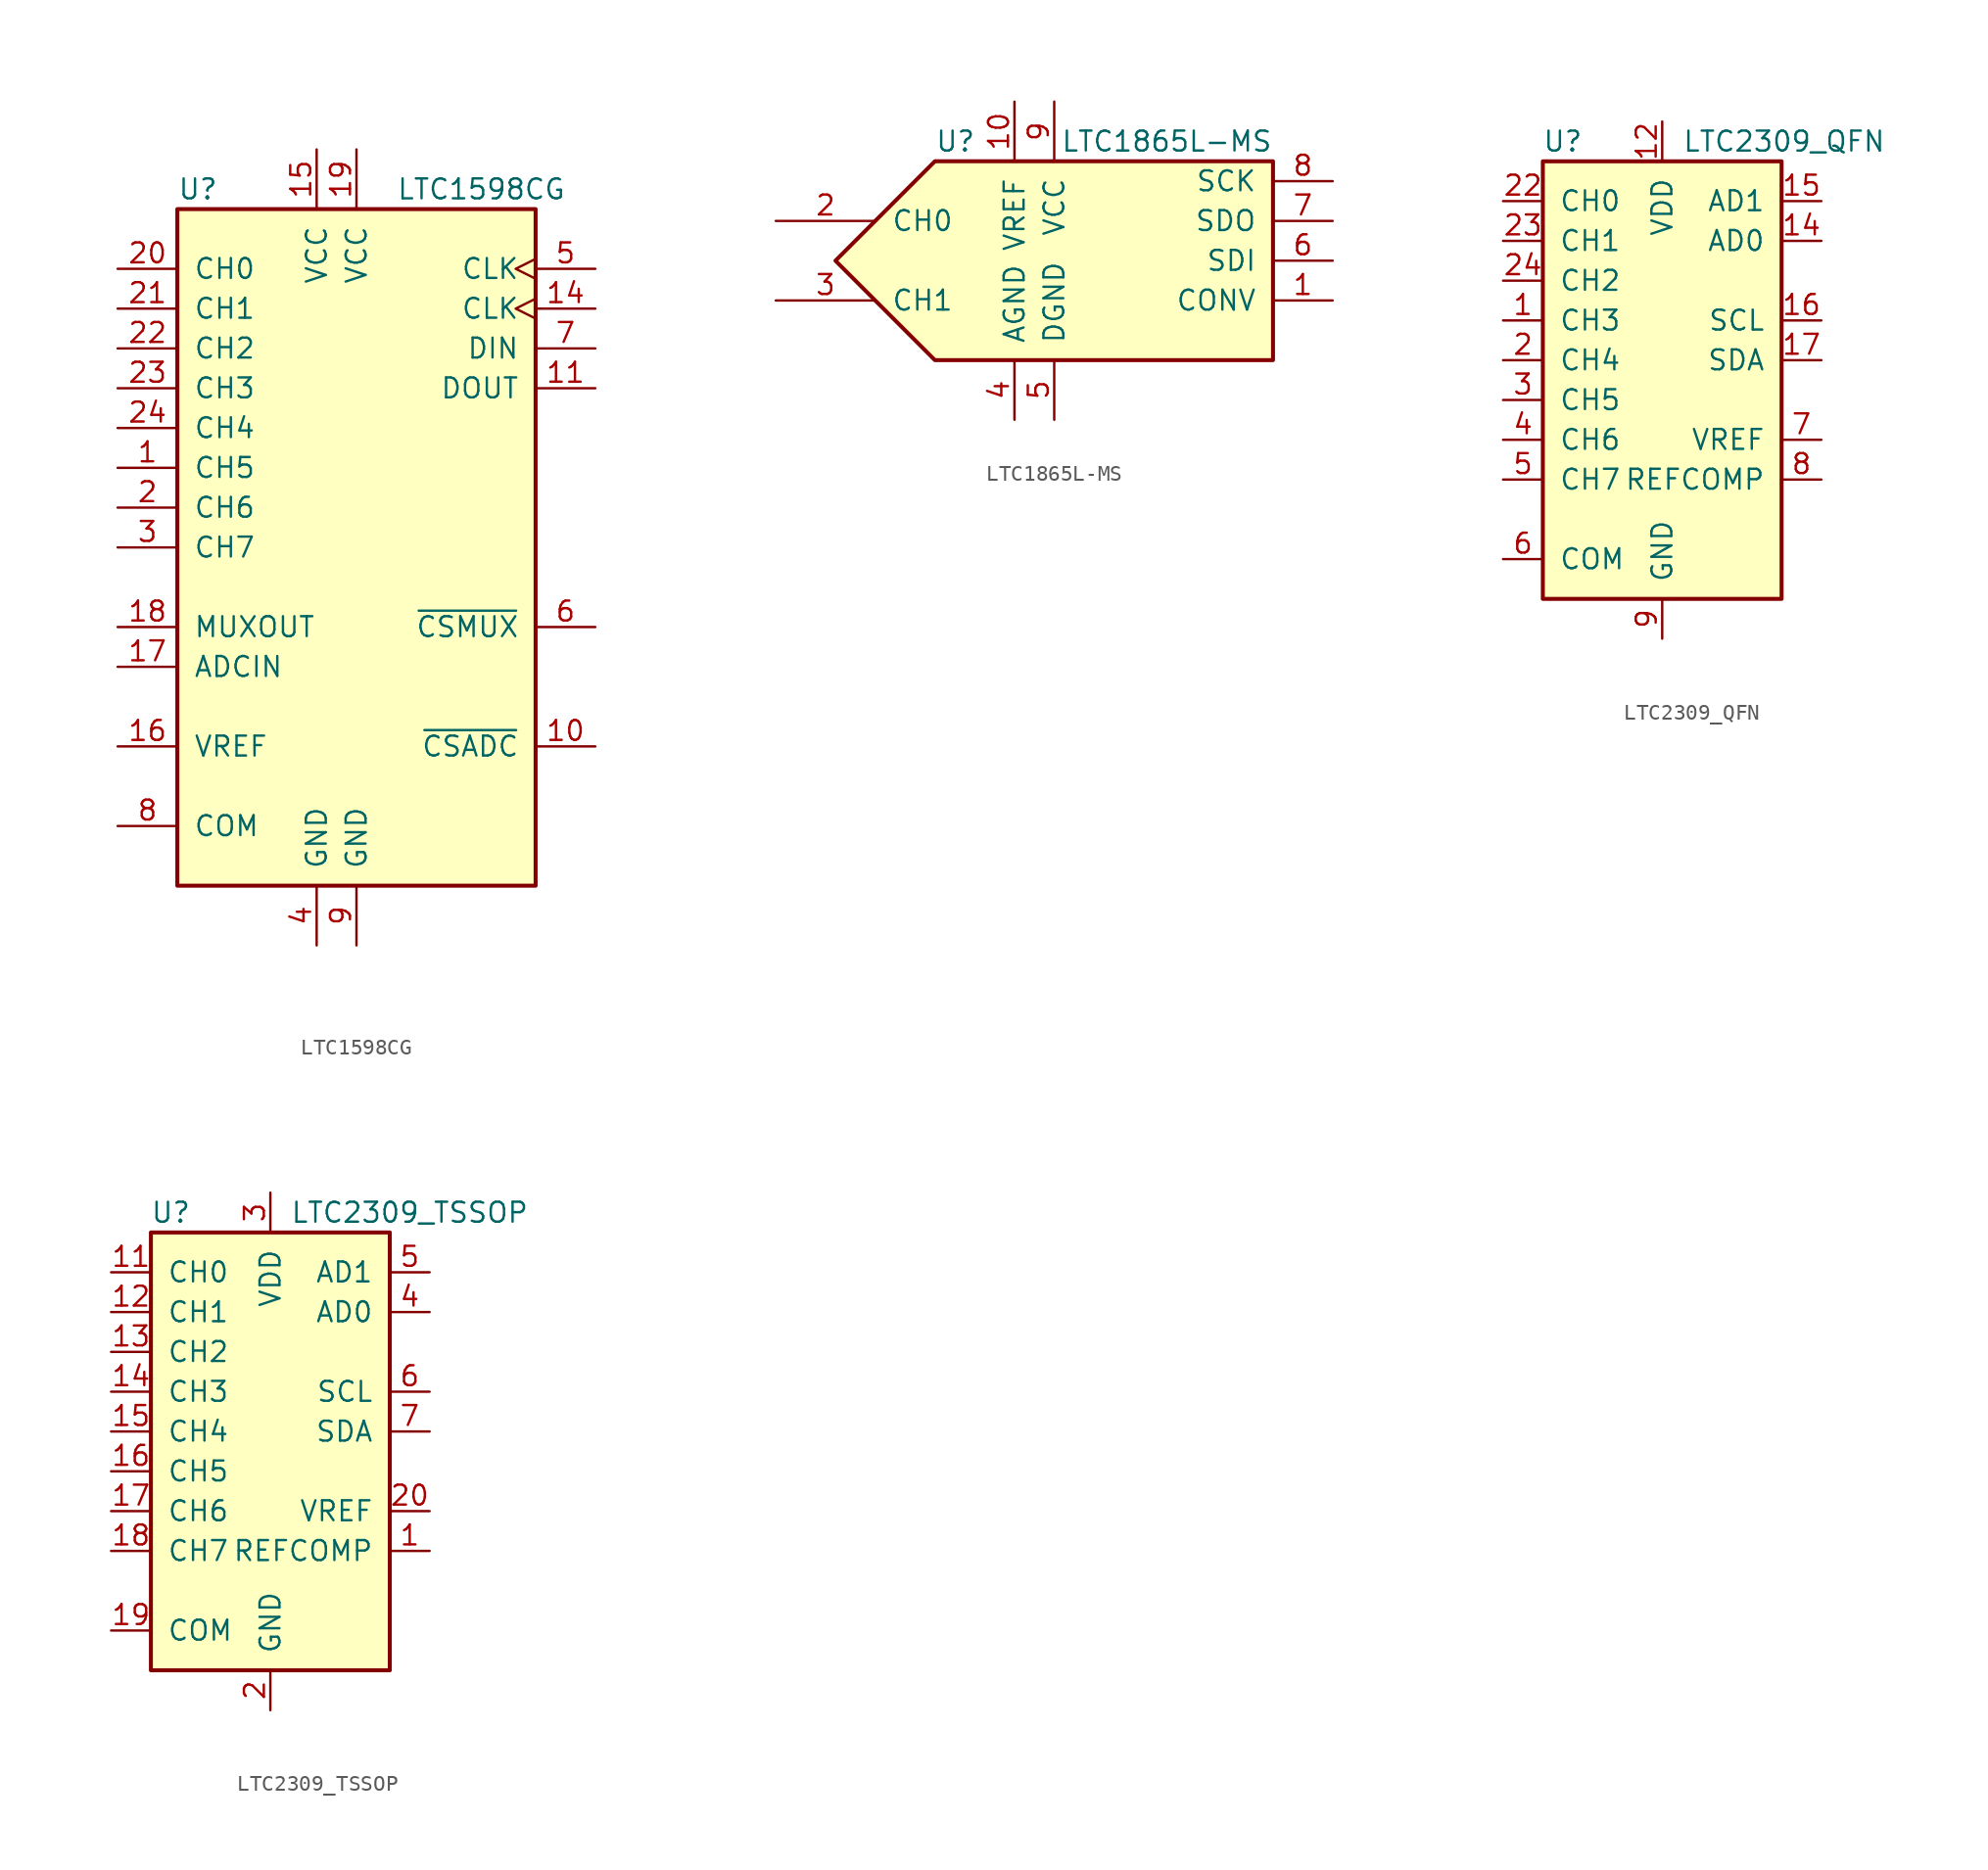
<source format=kicad_sym>
(kicad_symbol_lib
  (version 20211014)
  (generator kicad_symbol_editor)
  (symbol "LTC1598CG"
    (pin_names
      (offset 1.016))
    (property "Reference" "U"
      (at -11.43 22.86 0)
      (effects (font (size 1.27 1.27)) (justify left)))
    (property "Value" "LTC1598CG"
      (at 2.54 22.86 0)
      (effects (font (size 1.27 1.27)) (justify left)))
    (symbol "LTC1598CG_0_1"
      (rectangle (start -11.43 21.59) (end 11.43 -21.59) (stroke (width 0.254) (type default) (color 0 0 0 0)) (fill (type background))))
    (symbol "LTC1598CG_1_1"
      (pin input line (at -15.24 5.08 0) (length 3.81) (name "CH5" (effects (font (size 1.27 1.27)))) (number "1" (effects (font (size 1.27 1.27)))))
      (pin input line (at 15.24 -12.7 180) (length 3.81) (name "~{CSADC}" (effects (font (size 1.27 1.27)))) (number "10" (effects (font (size 1.27 1.27)))))
      (pin output line (at 15.24 10.16 180) (length 3.81) (name "DOUT" (effects (font (size 1.27 1.27)))) (number "11" (effects (font (size 1.27 1.27)))))
      (pin no_connect line (at 2.54 -25.4 90) (length 3.81) hide (name "NC" (effects (font (size 1.27 1.27)))) (number "12" (effects (font (size 1.27 1.27)))))
      (pin no_connect line (at 5.08 -25.4 90) (length 3.81) hide (name "NC" (effects (font (size 1.27 1.27)))) (number "13" (effects (font (size 1.27 1.27)))))
      (pin input clock (at 15.24 15.24 180) (length 3.81) (name "CLK" (effects (font (size 1.27 1.27)))) (number "14" (effects (font (size 1.27 1.27)))))
      (pin power_in line (at -2.54 25.4 270) (length 3.81) (name "VCC" (effects (font (size 1.27 1.27)))) (number "15" (effects (font (size 1.27 1.27)))))
      (pin input line (at -15.24 -12.7 0) (length 3.81) (name "VREF" (effects (font (size 1.27 1.27)))) (number "16" (effects (font (size 1.27 1.27)))))
      (pin input line (at -15.24 -7.62 0) (length 3.81) (name "ADCIN" (effects (font (size 1.27 1.27)))) (number "17" (effects (font (size 1.27 1.27)))))
      (pin output line (at -15.24 -5.08 0) (length 3.81) (name "MUXOUT" (effects (font (size 1.27 1.27)))) (number "18" (effects (font (size 1.27 1.27)))))
      (pin power_in line (at 0 25.4 270) (length 3.81) (name "VCC" (effects (font (size 1.27 1.27)))) (number "19" (effects (font (size 1.27 1.27)))))
      (pin input line (at -15.24 2.54 0) (length 3.81) (name "CH6" (effects (font (size 1.27 1.27)))) (number "2" (effects (font (size 1.27 1.27)))))
      (pin input line (at -15.24 17.78 0) (length 3.81) (name "CH0" (effects (font (size 1.27 1.27)))) (number "20" (effects (font (size 1.27 1.27)))))
      (pin input line (at -15.24 15.24 0) (length 3.81) (name "CH1" (effects (font (size 1.27 1.27)))) (number "21" (effects (font (size 1.27 1.27)))))
      (pin input line (at -15.24 12.7 0) (length 3.81) (name "CH2" (effects (font (size 1.27 1.27)))) (number "22" (effects (font (size 1.27 1.27)))))
      (pin input line (at -15.24 10.16 0) (length 3.81) (name "CH3" (effects (font (size 1.27 1.27)))) (number "23" (effects (font (size 1.27 1.27)))))
      (pin input line (at -15.24 7.62 0) (length 3.81) (name "CH4" (effects (font (size 1.27 1.27)))) (number "24" (effects (font (size 1.27 1.27)))))
      (pin input line (at -15.24 0 0) (length 3.81) (name "CH7" (effects (font (size 1.27 1.27)))) (number "3" (effects (font (size 1.27 1.27)))))
      (pin power_in line (at -2.54 -25.4 90) (length 3.81) (name "GND" (effects (font (size 1.27 1.27)))) (number "4" (effects (font (size 1.27 1.27)))))
      (pin input clock (at 15.24 17.78 180) (length 3.81) (name "CLK" (effects (font (size 1.27 1.27)))) (number "5" (effects (font (size 1.27 1.27)))))
      (pin input line (at 15.24 -5.08 180) (length 3.81) (name "~{CSMUX}" (effects (font (size 1.27 1.27)))) (number "6" (effects (font (size 1.27 1.27)))))
      (pin input line (at 15.24 12.7 180) (length 3.81) (name "DIN" (effects (font (size 1.27 1.27)))) (number "7" (effects (font (size 1.27 1.27)))))
      (pin input line (at -15.24 -17.78 0) (length 3.81) (name "COM" (effects (font (size 1.27 1.27)))) (number "8" (effects (font (size 1.27 1.27)))))
      (pin power_in line (at 0 -25.4 90) (length 3.81) (name "GND" (effects (font (size 1.27 1.27)))) (number "9" (effects (font (size 1.27 1.27)))))))
  (symbol "LTC1865L-MS"
    (pin_names
      (offset 1.016))
    (property "Reference" "U"
      (at -10.16 7.62 0)
      (effects (font (size 1.27 1.27)) (justify left)))
    (property "Value" "LTC1865L-MS"
      (at 11.43 7.62 0)
      (effects (font (size 1.27 1.27)) (justify right)))
    (symbol "LTC1865L-MS_0_1"
      (polyline (pts (xy 11.43 6.35) (xy -10.16 6.35) (xy -16.51 0) (xy -10.16 -6.35) (xy 11.43 -6.35) (xy 11.43 6.35)) (stroke (width 0.254) (type default) (color 0 0 0 0)) (fill (type background))))
    (symbol "LTC1865L-MS_1_1"
      (pin input line (at 15.24 -2.54 180) (length 3.81) (name "CONV" (effects (font (size 1.27 1.27)))) (number "1" (effects (font (size 1.27 1.27)))))
      (pin input line (at -5.08 10.16 270) (length 3.81) (name "VREF" (effects (font (size 1.27 1.27)))) (number "10" (effects (font (size 1.27 1.27)))))
      (pin input line (at -20.32 2.54 0) (length 6.35) (name "CH0" (effects (font (size 1.27 1.27)))) (number "2" (effects (font (size 1.27 1.27)))))
      (pin input line (at -20.32 -2.54 0) (length 6.35) (name "CH1" (effects (font (size 1.27 1.27)))) (number "3" (effects (font (size 1.27 1.27)))))
      (pin power_in line (at -5.08 -10.16 90) (length 3.81) (name "AGND" (effects (font (size 1.27 1.27)))) (number "4" (effects (font (size 1.27 1.27)))))
      (pin power_in line (at -2.54 -10.16 90) (length 3.81) (name "DGND" (effects (font (size 1.27 1.27)))) (number "5" (effects (font (size 1.27 1.27)))))
      (pin input line (at 15.24 0 180) (length 3.81) (name "SDI" (effects (font (size 1.27 1.27)))) (number "6" (effects (font (size 1.27 1.27)))))
      (pin output line (at 15.24 2.54 180) (length 3.81) (name "SDO" (effects (font (size 1.27 1.27)))) (number "7" (effects (font (size 1.27 1.27)))))
      (pin input line (at 15.24 5.08 180) (length 3.81) (name "SCK" (effects (font (size 1.27 1.27)))) (number "8" (effects (font (size 1.27 1.27)))))
      (pin power_in line (at -2.54 10.16 270) (length 3.81) (name "VCC" (effects (font (size 1.27 1.27)))) (number "9" (effects (font (size 1.27 1.27)))))))
  (symbol "LTC2309_QFN"
    (pin_names
      (offset 1.016))
    (property "Reference" "U"
      (at -6.35 13.97 0)
      (effects (font (size 1.27 1.27))))
    (property "Value" "LTC2309_QFN"
      (at 1.27 13.97 0)
      (effects (font (size 1.27 1.27)) (justify left)))
    (symbol "LTC2309_QFN_0_1"
      (rectangle (start -7.62 12.7) (end 7.62 -15.24) (stroke (width 0.254) (type default) (color 0 0 0 0)) (fill (type background)))
      (pin input line (at -10.16 -2.54 0) (length 2.54) (name "CH5" (effects (font (size 1.27 1.27)))) (number "3" (effects (font (size 1.27 1.27))))))
    (symbol "LTC2309_QFN_1_1"
      (pin input line (at -10.16 2.54 0) (length 2.54) (name "CH3" (effects (font (size 1.27 1.27)))) (number "1" (effects (font (size 1.27 1.27)))))
      (pin passive line (at 0 -17.78 90) (length 2.54) hide (name "GND" (effects (font (size 1.27 1.27)))) (number "10" (effects (font (size 1.27 1.27)))))
      (pin passive line (at 0 -17.78 90) (length 2.54) hide (name "GND" (effects (font (size 1.27 1.27)))) (number "11" (effects (font (size 1.27 1.27)))))
      (pin power_in line (at 0 15.24 270) (length 2.54) (name "VDD" (effects (font (size 1.27 1.27)))) (number "12" (effects (font (size 1.27 1.27)))))
      (pin passive line (at 0 15.24 270) (length 2.54) hide (name "VDD" (effects (font (size 1.27 1.27)))) (number "13" (effects (font (size 1.27 1.27)))))
      (pin input line (at 10.16 7.62 180) (length 2.54) (name "AD0" (effects (font (size 1.27 1.27)))) (number "14" (effects (font (size 1.27 1.27)))))
      (pin input line (at 10.16 10.16 180) (length 2.54) (name "AD1" (effects (font (size 1.27 1.27)))) (number "15" (effects (font (size 1.27 1.27)))))
      (pin input line (at 10.16 2.54 180) (length 2.54) (name "SCL" (effects (font (size 1.27 1.27)))) (number "16" (effects (font (size 1.27 1.27)))))
      (pin bidirectional line (at 10.16 0 180) (length 2.54) (name "SDA" (effects (font (size 1.27 1.27)))) (number "17" (effects (font (size 1.27 1.27)))))
      (pin passive line (at 0 -17.78 90) (length 2.54) hide (name "GND" (effects (font (size 1.27 1.27)))) (number "18" (effects (font (size 1.27 1.27)))))
      (pin passive line (at 0 -17.78 90) (length 2.54) hide (name "GND" (effects (font (size 1.27 1.27)))) (number "19" (effects (font (size 1.27 1.27)))))
      (pin input line (at -10.16 0 0) (length 2.54) (name "CH4" (effects (font (size 1.27 1.27)))) (number "2" (effects (font (size 1.27 1.27)))))
      (pin passive line (at 0 -17.78 90) (length 2.54) hide (name "GND" (effects (font (size 1.27 1.27)))) (number "20" (effects (font (size 1.27 1.27)))))
      (pin passive line (at 0 15.24 270) (length 2.54) hide (name "VDD" (effects (font (size 1.27 1.27)))) (number "21" (effects (font (size 1.27 1.27)))))
      (pin input line (at -10.16 10.16 0) (length 2.54) (name "CH0" (effects (font (size 1.27 1.27)))) (number "22" (effects (font (size 1.27 1.27)))))
      (pin input line (at -10.16 7.62 0) (length 2.54) (name "CH1" (effects (font (size 1.27 1.27)))) (number "23" (effects (font (size 1.27 1.27)))))
      (pin input line (at -10.16 5.08 0) (length 2.54) (name "CH2" (effects (font (size 1.27 1.27)))) (number "24" (effects (font (size 1.27 1.27)))))
      (pin passive line (at 0 -17.78 90) (length 2.54) hide (name "GND" (effects (font (size 1.27 1.27)))) (number "25" (effects (font (size 1.27 1.27)))))
      (pin input line (at -10.16 -5.08 0) (length 2.54) (name "CH6" (effects (font (size 1.27 1.27)))) (number "4" (effects (font (size 1.27 1.27)))))
      (pin input line (at -10.16 -7.62 0) (length 2.54) (name "CH7" (effects (font (size 1.27 1.27)))) (number "5" (effects (font (size 1.27 1.27)))))
      (pin input line (at -10.16 -12.7 0) (length 2.54) (name "COM" (effects (font (size 1.27 1.27)))) (number "6" (effects (font (size 1.27 1.27)))))
      (pin input line (at 10.16 -5.08 180) (length 2.54) (name "VREF" (effects (font (size 1.27 1.27)))) (number "7" (effects (font (size 1.27 1.27)))))
      (pin input line (at 10.16 -7.62 180) (length 2.54) (name "REFCOMP" (effects (font (size 1.27 1.27)))) (number "8" (effects (font (size 1.27 1.27)))))
      (pin power_in line (at 0 -17.78 90) (length 2.54) (name "GND" (effects (font (size 1.27 1.27)))) (number "9" (effects (font (size 1.27 1.27)))))))
  (symbol "LTC2309_TSSOP"
    (pin_names
      (offset 1.016))
    (property "Reference" "U"
      (at -6.35 13.97 0)
      (effects (font (size 1.27 1.27))))
    (property "Value" "LTC2309_TSSOP"
      (at 8.89 13.97 0)
      (effects (font (size 1.27 1.27))))
    (symbol "LTC2309_TSSOP_0_1"
      (rectangle (start -7.62 12.7) (end 7.62 -15.24) (stroke (width 0.254) (type default) (color 0 0 0 0)) (fill (type background)))
      (pin input line (at -10.16 -2.54 0) (length 2.54) (name "CH5" (effects (font (size 1.27 1.27)))) (number "16" (effects (font (size 1.27 1.27))))))
    (symbol "LTC2309_TSSOP_1_1"
      (pin input line (at 10.16 -7.62 180) (length 2.54) (name "REFCOMP" (effects (font (size 1.27 1.27)))) (number "1" (effects (font (size 1.27 1.27)))))
      (pin passive line (at 0 15.24 270) (length 2.54) hide (name "VDD" (effects (font (size 1.27 1.27)))) (number "10" (effects (font (size 1.27 1.27)))))
      (pin input line (at -10.16 10.16 0) (length 2.54) (name "CH0" (effects (font (size 1.27 1.27)))) (number "11" (effects (font (size 1.27 1.27)))))
      (pin input line (at -10.16 7.62 0) (length 2.54) (name "CH1" (effects (font (size 1.27 1.27)))) (number "12" (effects (font (size 1.27 1.27)))))
      (pin input line (at -10.16 5.08 0) (length 2.54) (name "CH2" (effects (font (size 1.27 1.27)))) (number "13" (effects (font (size 1.27 1.27)))))
      (pin input line (at -10.16 2.54 0) (length 2.54) (name "CH3" (effects (font (size 1.27 1.27)))) (number "14" (effects (font (size 1.27 1.27)))))
      (pin input line (at -10.16 0 0) (length 2.54) (name "CH4" (effects (font (size 1.27 1.27)))) (number "15" (effects (font (size 1.27 1.27)))))
      (pin input line (at -10.16 -5.08 0) (length 2.54) (name "CH6" (effects (font (size 1.27 1.27)))) (number "17" (effects (font (size 1.27 1.27)))))
      (pin input line (at -10.16 -7.62 0) (length 2.54) (name "CH7" (effects (font (size 1.27 1.27)))) (number "18" (effects (font (size 1.27 1.27)))))
      (pin input line (at -10.16 -12.7 0) (length 2.54) (name "COM" (effects (font (size 1.27 1.27)))) (number "19" (effects (font (size 1.27 1.27)))))
      (pin power_in line (at 0 -17.78 90) (length 2.54) (name "GND" (effects (font (size 1.27 1.27)))) (number "2" (effects (font (size 1.27 1.27)))))
      (pin input line (at 10.16 -5.08 180) (length 2.54) (name "VREF" (effects (font (size 1.27 1.27)))) (number "20" (effects (font (size 1.27 1.27)))))
      (pin power_in line (at 0 15.24 270) (length 2.54) (name "VDD" (effects (font (size 1.27 1.27)))) (number "3" (effects (font (size 1.27 1.27)))))
      (pin input line (at 10.16 7.62 180) (length 2.54) (name "AD0" (effects (font (size 1.27 1.27)))) (number "4" (effects (font (size 1.27 1.27)))))
      (pin input line (at 10.16 10.16 180) (length 2.54) (name "AD1" (effects (font (size 1.27 1.27)))) (number "5" (effects (font (size 1.27 1.27)))))
      (pin input line (at 10.16 2.54 180) (length 2.54) (name "SCL" (effects (font (size 1.27 1.27)))) (number "6" (effects (font (size 1.27 1.27)))))
      (pin bidirectional line (at 10.16 0 180) (length 2.54) (name "SDA" (effects (font (size 1.27 1.27)))) (number "7" (effects (font (size 1.27 1.27)))))
      (pin passive line (at 0 -17.78 90) (length 2.54) hide (name "GND" (effects (font (size 1.27 1.27)))) (number "8" (effects (font (size 1.27 1.27)))))
      (pin passive line (at 0 -17.78 90) (length 2.54) hide (name "GND" (effects (font (size 1.27 1.27)))) (number "9" (effects (font (size 1.27 1.27))))))))
</source>
